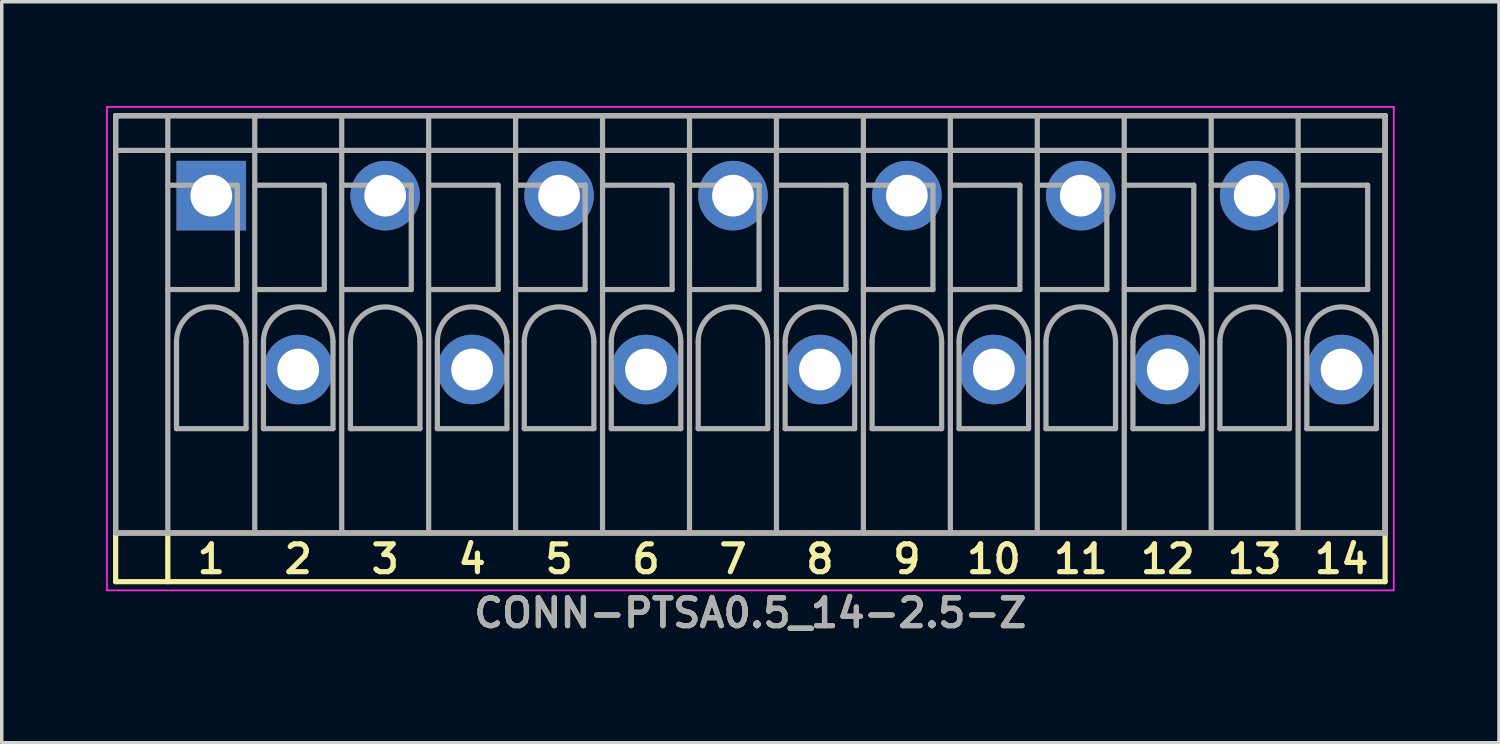
<source format=kicad_pcb>
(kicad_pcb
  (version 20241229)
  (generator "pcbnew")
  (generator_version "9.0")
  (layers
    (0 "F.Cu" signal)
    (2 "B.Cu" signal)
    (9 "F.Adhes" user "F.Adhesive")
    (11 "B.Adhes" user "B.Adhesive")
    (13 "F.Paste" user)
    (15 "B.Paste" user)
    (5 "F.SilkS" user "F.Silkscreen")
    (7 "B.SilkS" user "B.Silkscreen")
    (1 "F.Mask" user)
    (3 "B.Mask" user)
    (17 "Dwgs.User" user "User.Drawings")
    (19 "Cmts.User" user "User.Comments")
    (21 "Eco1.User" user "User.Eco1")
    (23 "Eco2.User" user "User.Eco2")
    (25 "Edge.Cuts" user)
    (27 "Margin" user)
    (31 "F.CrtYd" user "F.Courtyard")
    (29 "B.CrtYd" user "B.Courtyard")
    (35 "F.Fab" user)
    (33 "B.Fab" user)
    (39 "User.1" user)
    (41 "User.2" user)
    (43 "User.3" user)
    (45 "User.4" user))
  (footprint "CONN-PTSA0.5_14-2.5-Z"
    (layer "F.Cu")
    (at 18.525 6.275)
    (property "Reference" "CONN-PTSA0.5_14-2.5-Z" (at 0 8.3 0) (layer "F.SilkS") (effects (font (size 0.8 0.8) (thickness 0.15))))
    (attr through_hole)
    (fp_line (start -18.25 -6) (end -18.25 6) (stroke (width 0.15) (type solid)) (layer "F.SilkS"))
    (fp_line (start -18.25 -6) (end 18.25 -6) (stroke (width 0.15) (type solid)) (layer "F.SilkS"))
    (fp_line (start -18.25 6) (end -18.25 7.4) (stroke (width 0.15) (type solid)) (layer "F.SilkS"))
    (fp_line (start -18.25 6) (end 18.25 6) (stroke (width 0.15) (type solid)) (layer "F.SilkS"))
    (fp_line (start -18.25 7.4) (end 18.25 7.4) (stroke (width 0.15) (type solid)) (layer "F.SilkS"))
    (fp_line (start -16.75 6) (end -16.75 7.4) (stroke (width 0.15) (type solid)) (layer "F.SilkS"))
    (fp_line (start 18.25 6) (end 18.25 -6) (stroke (width 0.15) (type solid)) (layer "F.SilkS"))
    (fp_line (start 18.25 7.4) (end 18.25 6) (stroke (width 0.15) (type solid)) (layer "F.SilkS"))
    (fp_line (start -18.5 -6.25) (end 18.5 -6.25) (stroke (width 0.05) (type solid)) (layer "F.CrtYd"))
    (fp_line (start -18.5 7.65) (end -18.5 -6.25) (stroke (width 0.05) (type solid)) (layer "F.CrtYd"))
    (fp_line (start 18.5 -6.25) (end 18.5 7.65) (stroke (width 0.05) (type solid)) (layer "F.CrtYd"))
    (fp_line (start 18.5 7.65) (end -18.5 7.65) (stroke (width 0.05) (type solid)) (layer "F.CrtYd"))
    (fp_line (start -18.25 -6) (end 18.25 -6) (stroke (width 0.15) (type solid)) (layer "F.Fab"))
    (fp_line (start -18.25 -5) (end 18.25 -5) (stroke (width 0.15) (type solid)) (layer "F.Fab"))
    (fp_line (start -18.25 6) (end -18.25 -6) (stroke (width 0.15) (type solid)) (layer "F.Fab"))
    (fp_line (start -16.75 -6) (end -16.75 6) (stroke (width 0.15) (type solid)) (layer "F.Fab"))
    (fp_line (start -16.75 -1) (end -14.75 -1) (stroke (width 0.15) (type solid)) (layer "F.Fab"))
    (fp_line (start -16.5 3) (end -16.5 0.5) (stroke (width 0.15) (type solid)) (layer "F.Fab"))
    (fp_line (start -16.5 3) (end -14.5 3) (stroke (width 0.15) (type solid)) (layer "F.Fab"))
    (fp_line (start -14.75 -4) (end -16.75 -4) (stroke (width 0.15) (type solid)) (layer "F.Fab"))
    (fp_line (start -14.75 -1) (end -14.75 -4) (stroke (width 0.15) (type solid)) (layer "F.Fab"))
    (fp_line (start -14.5 3) (end -14.5 0.5) (stroke (width 0.15) (type solid)) (layer "F.Fab"))
    (fp_line (start -14.25 -6) (end -14.25 6) (stroke (width 0.15) (type solid)) (layer "F.Fab"))
    (fp_line (start -14.25 -1) (end -12.25 -1) (stroke (width 0.15) (type solid)) (layer "F.Fab"))
    (fp_line (start -14 3) (end -14 0.5) (stroke (width 0.15) (type solid)) (layer "F.Fab"))
    (fp_line (start -14 3) (end -12 3) (stroke (width 0.15) (type solid)) (layer "F.Fab"))
    (fp_line (start -12.25 -4) (end -14.25 -4) (stroke (width 0.15) (type solid)) (layer "F.Fab"))
    (fp_line (start -12.25 -1) (end -12.25 -4) (stroke (width 0.15) (type solid)) (layer "F.Fab"))
    (fp_line (start -12 3) (end -12 0.5) (stroke (width 0.15) (type solid)) (layer "F.Fab"))
    (fp_line (start -11.75 -6) (end -11.75 6) (stroke (width 0.15) (type solid)) (layer "F.Fab"))
    (fp_line (start -11.75 -1) (end -9.75 -1) (stroke (width 0.15) (type solid)) (layer "F.Fab"))
    (fp_line (start -11.5 3) (end -11.5 0.5) (stroke (width 0.15) (type solid)) (layer "F.Fab"))
    (fp_line (start -11.5 3) (end -9.5 3) (stroke (width 0.15) (type solid)) (layer "F.Fab"))
    (fp_line (start -9.75 -4) (end -11.75 -4) (stroke (width 0.15) (type solid)) (layer "F.Fab"))
    (fp_line (start -9.75 -1) (end -9.75 -4) (stroke (width 0.15) (type solid)) (layer "F.Fab"))
    (fp_line (start -9.5 3) (end -9.5 0.5) (stroke (width 0.15) (type solid)) (layer "F.Fab"))
    (fp_line (start -9.25 -6) (end -9.25 6) (stroke (width 0.15) (type solid)) (layer "F.Fab"))
    (fp_line (start -9.25 -1) (end -7.25 -1) (stroke (width 0.15) (type solid)) (layer "F.Fab"))
    (fp_line (start -9 3) (end -9 0.5) (stroke (width 0.15) (type solid)) (layer "F.Fab"))
    (fp_line (start -9 3) (end -7 3) (stroke (width 0.15) (type solid)) (layer "F.Fab"))
    (fp_line (start -7.25 -4) (end -9.25 -4) (stroke (width 0.15) (type solid)) (layer "F.Fab"))
    (fp_line (start -7.25 -1) (end -7.25 -4) (stroke (width 0.15) (type solid)) (layer "F.Fab"))
    (fp_line (start -7 3) (end -7 0.5) (stroke (width 0.15) (type solid)) (layer "F.Fab"))
    (fp_line (start -6.75 -6) (end -6.75 6) (stroke (width 0.15) (type solid)) (layer "F.Fab"))
    (fp_line (start -6.75 -1) (end -4.75 -1) (stroke (width 0.15) (type solid)) (layer "F.Fab"))
    (fp_line (start -6.5 3) (end -6.5 0.5) (stroke (width 0.15) (type solid)) (layer "F.Fab"))
    (fp_line (start -6.5 3) (end -4.5 3) (stroke (width 0.15) (type solid)) (layer "F.Fab"))
    (fp_line (start -4.75 -4) (end -6.75 -4) (stroke (width 0.15) (type solid)) (layer "F.Fab"))
    (fp_line (start -4.75 -1) (end -4.75 -4) (stroke (width 0.15) (type solid)) (layer "F.Fab"))
    (fp_line (start -4.5 3) (end -4.5 0.5) (stroke (width 0.15) (type solid)) (layer "F.Fab"))
    (fp_line (start -4.25 -6) (end -4.25 6) (stroke (width 0.15) (type solid)) (layer "F.Fab"))
    (fp_line (start -4.25 -1) (end -2.25 -1) (stroke (width 0.15) (type solid)) (layer "F.Fab"))
    (fp_line (start -4 3) (end -4 0.5) (stroke (width 0.15) (type solid)) (layer "F.Fab"))
    (fp_line (start -4 3) (end -2 3) (stroke (width 0.15) (type solid)) (layer "F.Fab"))
    (fp_line (start -2.25 -4) (end -4.25 -4) (stroke (width 0.15) (type solid)) (layer "F.Fab"))
    (fp_line (start -2.25 -1) (end -2.25 -4) (stroke (width 0.15) (type solid)) (layer "F.Fab"))
    (fp_line (start -2 3) (end -2 0.5) (stroke (width 0.15) (type solid)) (layer "F.Fab"))
    (fp_line (start -1.75 -6) (end -1.75 6) (stroke (width 0.15) (type solid)) (layer "F.Fab"))
    (fp_line (start -1.75 -1) (end 0.25 -1) (stroke (width 0.15) (type solid)) (layer "F.Fab"))
    (fp_line (start -1.5 3) (end -1.5 0.5) (stroke (width 0.15) (type solid)) (layer "F.Fab"))
    (fp_line (start -1.5 3) (end 0.5 3) (stroke (width 0.15) (type solid)) (layer "F.Fab"))
    (fp_line (start 0.25 -4) (end -1.75 -4) (stroke (width 0.15) (type solid)) (layer "F.Fab"))
    (fp_line (start 0.25 -1) (end 0.25 -4) (stroke (width 0.15) (type solid)) (layer "F.Fab"))
    (fp_line (start 0.5 3) (end 0.5 0.5) (stroke (width 0.15) (type solid)) (layer "F.Fab"))
    (fp_line (start 0.75 -6) (end 0.75 6) (stroke (width 0.15) (type solid)) (layer "F.Fab"))
    (fp_line (start 0.75 -1) (end 2.75 -1) (stroke (width 0.15) (type solid)) (layer "F.Fab"))
    (fp_line (start 1 3) (end 1 0.5) (stroke (width 0.15) (type solid)) (layer "F.Fab"))
    (fp_line (start 1 3) (end 3 3) (stroke (width 0.15) (type solid)) (layer "F.Fab"))
    (fp_line (start 2.75 -4) (end 0.75 -4) (stroke (width 0.15) (type solid)) (layer "F.Fab"))
    (fp_line (start 2.75 -1) (end 2.75 -4) (stroke (width 0.15) (type solid)) (layer "F.Fab"))
    (fp_line (start 3 3) (end 3 0.5) (stroke (width 0.15) (type solid)) (layer "F.Fab"))
    (fp_line (start 3.25 -6) (end 3.25 6) (stroke (width 0.15) (type solid)) (layer "F.Fab"))
    (fp_line (start 3.25 -1) (end 5.25 -1) (stroke (width 0.15) (type solid)) (layer "F.Fab"))
    (fp_line (start 3.5 3) (end 3.5 0.5) (stroke (width 0.15) (type solid)) (layer "F.Fab"))
    (fp_line (start 3.5 3) (end 5.5 3) (stroke (width 0.15) (type solid)) (layer "F.Fab"))
    (fp_line (start 5.25 -4) (end 3.25 -4) (stroke (width 0.15) (type solid)) (layer "F.Fab"))
    (fp_line (start 5.25 -1) (end 5.25 -4) (stroke (width 0.15) (type solid)) (layer "F.Fab"))
    (fp_line (start 5.5 3) (end 5.5 0.5) (stroke (width 0.15) (type solid)) (layer "F.Fab"))
    (fp_line (start 5.75 -6) (end 5.75 6) (stroke (width 0.15) (type solid)) (layer "F.Fab"))
    (fp_line (start 5.75 -1) (end 7.75 -1) (stroke (width 0.15) (type solid)) (layer "F.Fab"))
    (fp_line (start 6 3) (end 6 0.5) (stroke (width 0.15) (type solid)) (layer "F.Fab"))
    (fp_line (start 6 3) (end 8 3) (stroke (width 0.15) (type solid)) (layer "F.Fab"))
    (fp_line (start 7.75 -4) (end 5.75 -4) (stroke (width 0.15) (type solid)) (layer "F.Fab"))
    (fp_line (start 7.75 -1) (end 7.75 -4) (stroke (width 0.15) (type solid)) (layer "F.Fab"))
    (fp_line (start 8 3) (end 8 0.5) (stroke (width 0.15) (type solid)) (layer "F.Fab"))
    (fp_line (start 8.25 -6) (end 8.25 6) (stroke (width 0.15) (type solid)) (layer "F.Fab"))
    (fp_line (start 8.25 -1) (end 10.25 -1) (stroke (width 0.15) (type solid)) (layer "F.Fab"))
    (fp_line (start 8.5 3) (end 8.5 0.5) (stroke (width 0.15) (type solid)) (layer "F.Fab"))
    (fp_line (start 8.5 3) (end 10.5 3) (stroke (width 0.15) (type solid)) (layer "F.Fab"))
    (fp_line (start 10.25 -4) (end 8.25 -4) (stroke (width 0.15) (type solid)) (layer "F.Fab"))
    (fp_line (start 10.25 -1) (end 10.25 -4) (stroke (width 0.15) (type solid)) (layer "F.Fab"))
    (fp_line (start 10.5 3) (end 10.5 0.5) (stroke (width 0.15) (type solid)) (layer "F.Fab"))
    (fp_line (start 10.75 -6) (end 10.75 6) (stroke (width 0.15) (type solid)) (layer "F.Fab"))
    (fp_line (start 10.75 -1) (end 12.75 -1) (stroke (width 0.15) (type solid)) (layer "F.Fab"))
    (fp_line (start 11 3) (end 11 0.5) (stroke (width 0.15) (type solid)) (layer "F.Fab"))
    (fp_line (start 11 3) (end 13 3) (stroke (width 0.15) (type solid)) (layer "F.Fab"))
    (fp_line (start 12.75 -4) (end 10.75 -4) (stroke (width 0.15) (type solid)) (layer "F.Fab"))
    (fp_line (start 12.75 -1) (end 12.75 -4) (stroke (width 0.15) (type solid)) (layer "F.Fab"))
    (fp_line (start 13 3) (end 13 0.5) (stroke (width 0.15) (type solid)) (layer "F.Fab"))
    (fp_line (start 13.25 -6) (end 13.25 6) (stroke (width 0.15) (type solid)) (layer "F.Fab"))
    (fp_line (start 13.25 -1) (end 15.25 -1) (stroke (width 0.15) (type solid)) (layer "F.Fab"))
    (fp_line (start 13.5 3) (end 13.5 0.5) (stroke (width 0.15) (type solid)) (layer "F.Fab"))
    (fp_line (start 13.5 3) (end 15.5 3) (stroke (width 0.15) (type solid)) (layer "F.Fab"))
    (fp_line (start 15.25 -4) (end 13.25 -4) (stroke (width 0.15) (type solid)) (layer "F.Fab"))
    (fp_line (start 15.25 -1) (end 15.25 -4) (stroke (width 0.15) (type solid)) (layer "F.Fab"))
    (fp_line (start 15.5 3) (end 15.5 0.5) (stroke (width 0.15) (type solid)) (layer "F.Fab"))
    (fp_line (start 15.75 -6) (end 15.75 6) (stroke (width 0.15) (type solid)) (layer "F.Fab"))
    (fp_line (start 15.75 -1) (end 17.75 -1) (stroke (width 0.15) (type solid)) (layer "F.Fab"))
    (fp_line (start 16 3) (end 16 0.5) (stroke (width 0.15) (type solid)) (layer "F.Fab"))
    (fp_line (start 16 3) (end 18 3) (stroke (width 0.15) (type solid)) (layer "F.Fab"))
    (fp_line (start 17.75 -4) (end 15.75 -4) (stroke (width 0.15) (type solid)) (layer "F.Fab"))
    (fp_line (start 17.75 -1) (end 17.75 -4) (stroke (width 0.15) (type solid)) (layer "F.Fab"))
    (fp_line (start 18 3) (end 18 0.5) (stroke (width 0.15) (type solid)) (layer "F.Fab"))
    (fp_line (start 18.25 -6) (end 18.25 6) (stroke (width 0.15) (type solid)) (layer "F.Fab"))
    (fp_line (start 18.25 6) (end -18.25 6) (stroke (width 0.15) (type solid)) (layer "F.Fab"))
    (fp_arc (start -16.5 0.5) (mid -15.5 -0.5) (end -14.5 0.5) (stroke (width 0.15) (type solid)) (layer "F.Fab"))
    (fp_arc (start -14 0.5) (mid -13 -0.5) (end -12 0.5) (stroke (width 0.15) (type solid)) (layer "F.Fab"))
    (fp_arc (start -11.5 0.5) (mid -10.5 -0.5) (end -9.5 0.5) (stroke (width 0.15) (type solid)) (layer "F.Fab"))
    (fp_arc (start -9 0.5) (mid -8 -0.5) (end -7 0.5) (stroke (width 0.15) (type solid)) (layer "F.Fab"))
    (fp_arc (start -6.5 0.5) (mid -5.5 -0.5) (end -4.5 0.5) (stroke (width 0.15) (type solid)) (layer "F.Fab"))
    (fp_arc (start -4 0.5) (mid -3 -0.5) (end -2 0.5) (stroke (width 0.15) (type solid)) (layer "F.Fab"))
    (fp_arc (start -1.5 0.5) (mid -0.5 -0.5) (end 0.5 0.5) (stroke (width 0.15) (type solid)) (layer "F.Fab"))
    (fp_arc (start 1 0.5) (mid 2 -0.5) (end 3 0.5) (stroke (width 0.15) (type solid)) (layer "F.Fab"))
    (fp_arc (start 3.5 0.5) (mid 4.5 -0.5) (end 5.5 0.5) (stroke (width 0.15) (type solid)) (layer "F.Fab"))
    (fp_arc (start 6 0.5) (mid 7 -0.5) (end 8 0.5) (stroke (width 0.15) (type solid)) (layer "F.Fab"))
    (fp_arc (start 8.5 0.5) (mid 9.5 -0.5) (end 10.5 0.5) (stroke (width 0.15) (type solid)) (layer "F.Fab"))
    (fp_arc (start 11 0.5) (mid 12 -0.5) (end 13 0.5) (stroke (width 0.15) (type solid)) (layer "F.Fab"))
    (fp_arc (start 13.5 0.5) (mid 14.5 -0.5) (end 15.5 0.5) (stroke (width 0.15) (type solid)) (layer "F.Fab"))
    (fp_arc (start 16 0.5) (mid 17 -0.5) (end 18 0.5) (stroke (width 0.15) (type solid)) (layer "F.Fab"))
    (fp_text user "14" (at 17 6.75 0) (layer "F.SilkS") (effects (font (size 0.8 0.8) (thickness 0.15))))
    (fp_text user "2" (at -13 6.75 0) (layer "F.SilkS") (effects (font (size 0.8 0.8) (thickness 0.15))))
    (fp_text user "11" (at 9.5 6.75 0) (layer "F.SilkS") (effects (font (size 0.8 0.8) (thickness 0.15))))
    (fp_text user "10" (at 7 6.75 0) (layer "F.SilkS") (effects (font (size 0.8 0.8) (thickness 0.15))))
    (fp_text user "13" (at 14.5 6.75 0) (layer "F.SilkS") (effects (font (size 0.8 0.8) (thickness 0.15))))
    (fp_text user "9" (at 4.5 6.75 0) (layer "F.SilkS") (effects (font (size 0.8 0.8) (thickness 0.15))))
    (fp_text user "5" (at -5.5 6.75 0) (layer "F.SilkS") (effects (font (size 0.8 0.8) (thickness 0.15))))
    (fp_text user "8" (at 2 6.75 0) (layer "F.SilkS") (effects (font (size 0.8 0.8) (thickness 0.15))))
    (fp_text user "6" (at -3 6.75 0) (layer "F.SilkS") (effects (font (size 0.8 0.8) (thickness 0.15))))
    (fp_text user "4" (at -8 6.75 0) (layer "F.SilkS") (effects (font (size 0.8 0.8) (thickness 0.15))))
    (fp_text user "1" (at -15.5 6.75 0) (layer "F.SilkS") (effects (font (size 0.8 0.8) (thickness 0.15))))
    (fp_text user "3" (at -10.5 6.75 0) (layer "F.SilkS") (effects (font (size 0.8 0.8) (thickness 0.15))))
    (fp_text user "12" (at 12 6.75 0) (layer "F.SilkS") (effects (font (size 0.8 0.8) (thickness 0.15))))
    (fp_text user "7" (at -0.5 6.75 0) (layer "F.SilkS") (effects (font (size 0.8 0.8) (thickness 0.15))))
    (fp_text user "${REFERENCE}" (at 0 8.3 0) (layer "F.Fab") (effects (font (size 0.8 0.8) (thickness 0.15))))
    (pad "1" thru_hole rect (at -15.5 -3.7) (size 2 2) (drill 1.2) (layers "*.Cu" "*.Mask"))
    (pad "2" thru_hole circle (at -13 1.3) (size 2 2) (drill 1.2) (layers "*.Cu" "*.Mask"))
    (pad "3" thru_hole circle (at -10.5 -3.7) (size 2 2) (drill 1.2) (layers "*.Cu" "*.Mask"))
    (pad "4" thru_hole circle (at -8 1.3) (size 2 2) (drill 1.2) (layers "*.Cu" "*.Mask"))
    (pad "5" thru_hole circle (at -5.5 -3.7) (size 2 2) (drill 1.2) (layers "*.Cu" "*.Mask"))
    (pad "6" thru_hole circle (at -3 1.3) (size 2 2) (drill 1.2) (layers "*.Cu" "*.Mask"))
    (pad "7" thru_hole circle (at -0.5 -3.7) (size 2 2) (drill 1.2) (layers "*.Cu" "*.Mask"))
    (pad "8" thru_hole circle (at 2 1.3) (size 2 2) (drill 1.2) (layers "*.Cu" "*.Mask"))
    (pad "9" thru_hole circle (at 4.5 -3.7) (size 2 2) (drill 1.2) (layers "*.Cu" "*.Mask"))
    (pad "10" thru_hole circle (at 7 1.3) (size 2 2) (drill 1.2) (layers "*.Cu" "*.Mask"))
    (pad "11" thru_hole circle (at 9.5 -3.7) (size 2 2) (drill 1.2) (layers "*.Cu" "*.Mask"))
    (pad "12" thru_hole circle (at 12 1.3) (size 2 2) (drill 1.2) (layers "*.Cu" "*.Mask"))
    (pad "13" thru_hole circle (at 14.5 -3.7) (size 2 2) (drill 1.2) (layers "*.Cu" "*.Mask"))
    (pad "14" thru_hole circle (at 17 1.3) (size 2 2) (drill 1.2) (layers "*.Cu" "*.Mask")))
  (gr_rect
    (start -3 -3)
    (end 40.05 18.306)
    (stroke (width 0.1) (type default))
    (fill no)
    (layer "Edge.Cuts")))
</source>
